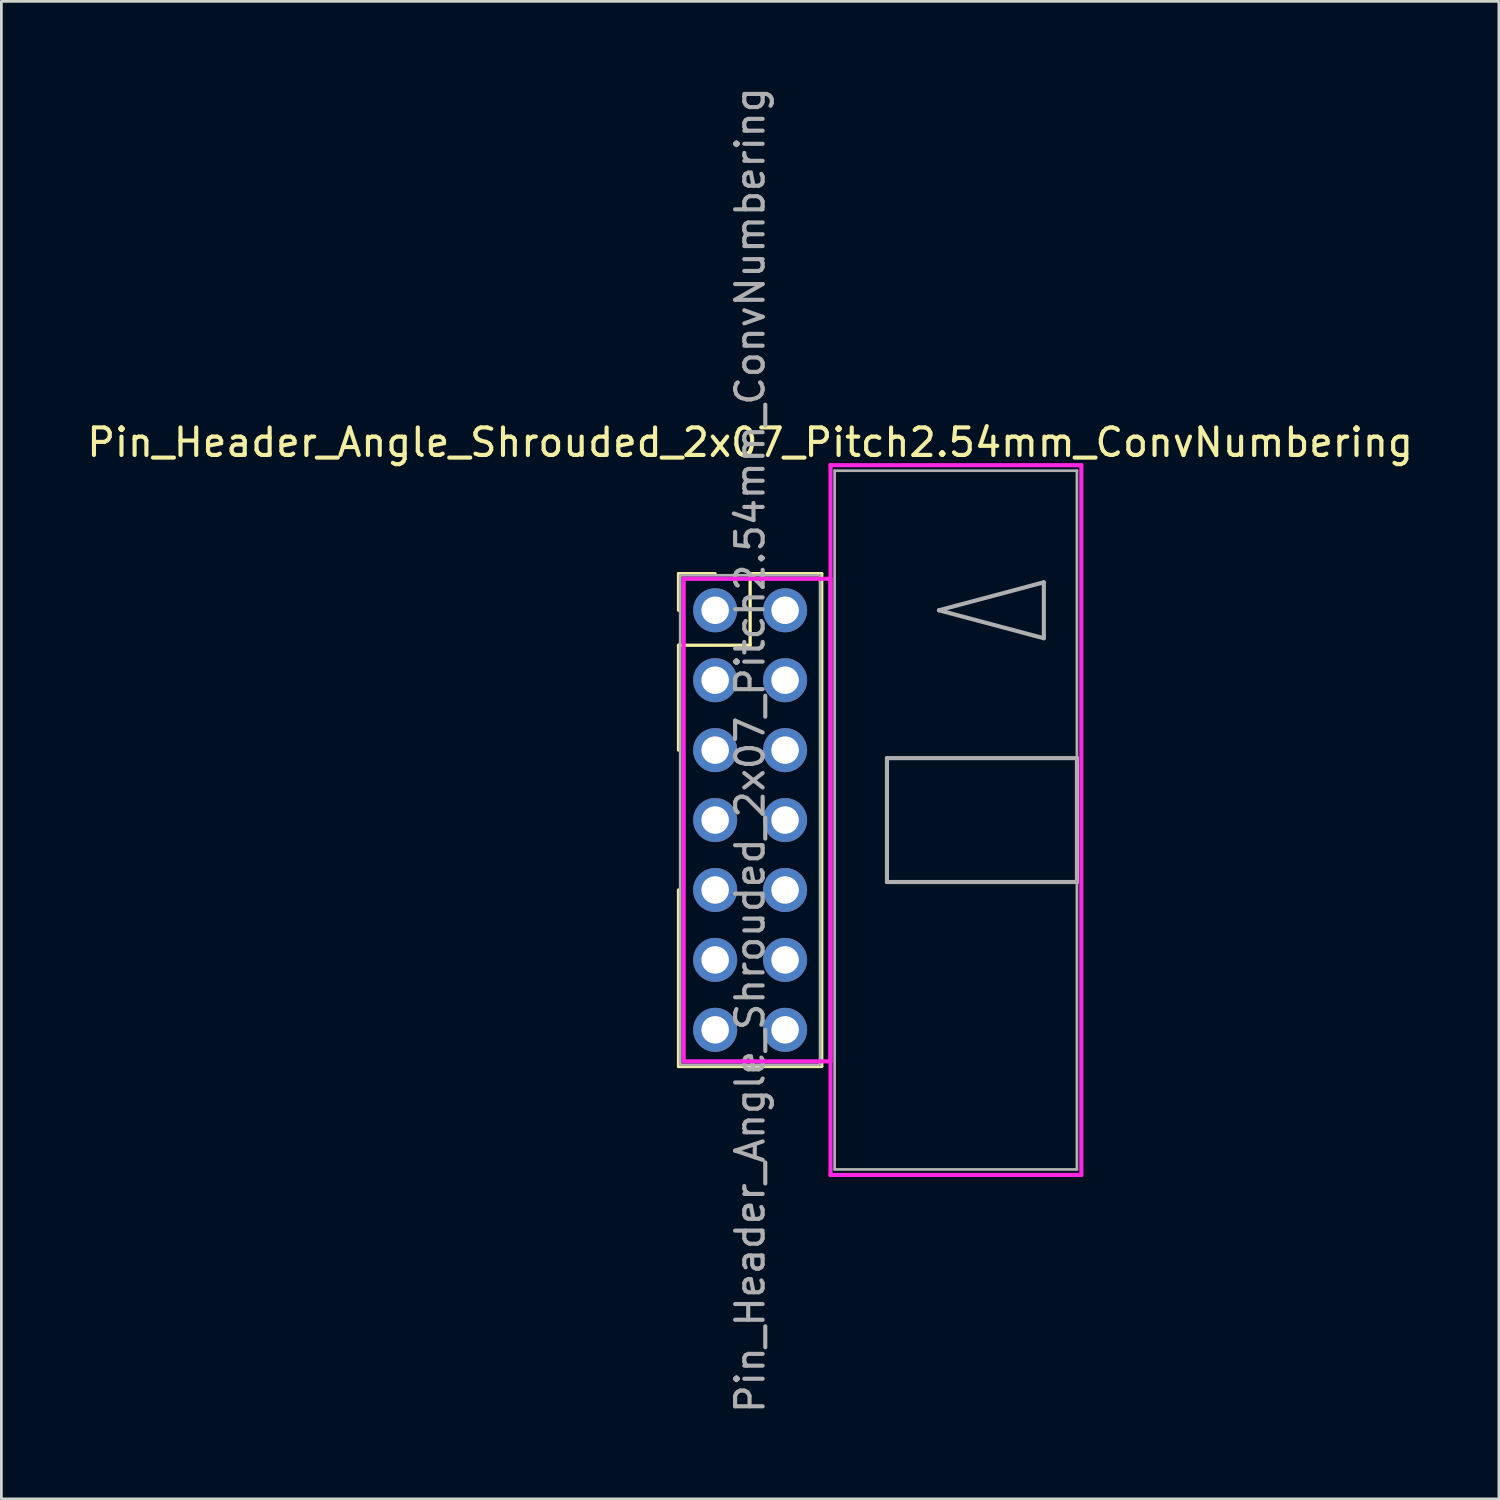
<source format=kicad_pcb>
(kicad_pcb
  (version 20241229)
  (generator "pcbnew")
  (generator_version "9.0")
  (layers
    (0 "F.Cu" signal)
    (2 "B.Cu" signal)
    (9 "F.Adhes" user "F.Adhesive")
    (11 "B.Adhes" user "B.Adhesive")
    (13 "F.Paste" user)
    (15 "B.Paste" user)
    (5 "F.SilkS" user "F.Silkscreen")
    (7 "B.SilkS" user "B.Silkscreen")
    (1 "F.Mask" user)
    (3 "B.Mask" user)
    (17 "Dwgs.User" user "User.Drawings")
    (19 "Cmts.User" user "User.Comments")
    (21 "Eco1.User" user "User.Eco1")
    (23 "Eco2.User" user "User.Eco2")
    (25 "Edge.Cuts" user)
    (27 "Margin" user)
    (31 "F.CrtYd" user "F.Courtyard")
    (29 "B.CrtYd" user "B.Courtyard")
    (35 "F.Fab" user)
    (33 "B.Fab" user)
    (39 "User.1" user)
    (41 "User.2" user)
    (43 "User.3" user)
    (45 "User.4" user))
  (footprint "Pin_Header_Angle_Shrouded_2x07_Pitch2.54mm_ConvNumbering"
    (layer "F.Cu")
    (at 22.926 19.116)
    (property "Reference" "Pin_Header_Angle_Shrouded_2x07_Pitch2.54mm_ConvNumbering" (at 1.27 -6.096 0) (layer "F.SilkS") (effects (font (size 1 1) (thickness 0.15))))
    (attr through_hole)
    (fp_line (start -1.33 -1.33) (end 0 -1.33) (stroke (width 0.12) (type solid)) (layer "F.SilkS"))
    (fp_line (start -1.33 0) (end -1.33 -1.33) (stroke (width 0.12) (type solid)) (layer "F.SilkS"))
    (fp_line (start -1.33 1.27) (end -1.33 5.08) (stroke (width 0.12) (type solid)) (layer "F.SilkS"))
    (fp_line (start -1.33 1.27) (end 1.27 1.27) (stroke (width 0.12) (type solid)) (layer "F.SilkS"))
    (fp_line (start -1.33 10.16) (end -1.33 16.57) (stroke (width 0.12) (type solid)) (layer "F.SilkS"))
    (fp_line (start -1.33 16.57) (end 3.87 16.57) (stroke (width 0.12) (type solid)) (layer "F.SilkS"))
    (fp_line (start 1.27 -1.33) (end 3.87 -1.33) (stroke (width 0.12) (type solid)) (layer "F.SilkS"))
    (fp_line (start 1.27 1.27) (end 1.27 -1.33) (stroke (width 0.12) (type solid)) (layer "F.SilkS"))
    (fp_line (start 3.87 -1.33) (end 3.87 16.57) (stroke (width 0.12) (type solid)) (layer "F.SilkS"))
    (fp_line (start -1.143 -1.143) (end -1.143 16.383) (stroke (width 0.15) (type solid)) (layer "F.CrtYd"))
    (fp_line (start -1.143 16.383) (end 4.19 16.383) (stroke (width 0.15) (type solid)) (layer "F.CrtYd"))
    (fp_line (start 4.19 -5.27) (end 4.19 20.51) (stroke (width 0.15) (type solid)) (layer "F.CrtYd"))
    (fp_line (start 4.19 -1.143) (end -1.143 -1.143) (stroke (width 0.15) (type solid)) (layer "F.CrtYd"))
    (fp_line (start 4.19 16.383) (end 4.19 -1.143) (stroke (width 0.15) (type solid)) (layer "F.CrtYd"))
    (fp_line (start 4.19 20.51) (end 13.3 20.51) (stroke (width 0.15) (type solid)) (layer "F.CrtYd"))
    (fp_line (start 13.3 -5.27) (end 4.19 -5.27) (stroke (width 0.15) (type solid)) (layer "F.CrtYd"))
    (fp_line (start 13.3 20.51) (end 13.3 -5.27) (stroke (width 0.15) (type solid)) (layer "F.CrtYd"))
    (fp_line (start -1.27 -1.27) (end -1.27 16.51) (stroke (width 0.1) (type solid)) (layer "F.Fab"))
    (fp_line (start -1.27 16.51) (end 3.81 16.51) (stroke (width 0.1) (type solid)) (layer "F.Fab"))
    (fp_line (start 3.81 -1.27) (end -1.27 -1.27) (stroke (width 0.1) (type solid)) (layer "F.Fab"))
    (fp_line (start 3.81 16.51) (end 3.81 -1.27) (stroke (width 0.1) (type solid)) (layer "F.Fab"))
    (fp_line (start 4.34 -5.07) (end 4.34 20.31) (stroke (width 0.1) (type solid)) (layer "F.Fab"))
    (fp_line (start 4.34 20.31) (end 13.14 20.31) (stroke (width 0.1) (type solid)) (layer "F.Fab"))
    (fp_line (start 6.24 5.37) (end 6.24 9.87) (stroke (width 0.15) (type solid)) (layer "F.Fab"))
    (fp_line (start 6.24 9.87) (end 13.14 9.87) (stroke (width 0.15) (type solid)) (layer "F.Fab"))
    (fp_line (start 8.128 0) (end 11.938 -1.016) (stroke (width 0.15) (type solid)) (layer "F.Fab"))
    (fp_line (start 11.938 -1.016) (end 11.938 1.016) (stroke (width 0.15) (type solid)) (layer "F.Fab"))
    (fp_line (start 11.938 1.016) (end 8.128 0) (stroke (width 0.15) (type solid)) (layer "F.Fab"))
    (fp_line (start 13.14 -5.07) (end 4.34 -5.07) (stroke (width 0.1) (type solid)) (layer "F.Fab"))
    (fp_line (start 13.14 5.37) (end 6.24 5.37) (stroke (width 0.15) (type solid)) (layer "F.Fab"))
    (fp_line (start 13.14 9.87) (end 13.14 5.37) (stroke (width 0.15) (type solid)) (layer "F.Fab"))
    (fp_line (start 13.14 20.31) (end 13.14 -5.07) (stroke (width 0.1) (type solid)) (layer "F.Fab"))
    (fp_text user "${REFERENCE}" (at 1.27 5.08 90) (layer "F.Fab") (effects (font (size 1 1) (thickness 0.15))))
    (pad "1" thru_hole oval (at 0 0) (size 1.6 1.6) (drill 1) (layers "*.Cu" "*.Mask"))
    (pad "2" thru_hole oval (at 2.54 0) (size 1.6 1.6) (drill 1) (layers "*.Cu" "*.Mask"))
    (pad "3" thru_hole oval (at 0 2.54) (size 1.6 1.6) (drill 1) (layers "*.Cu" "*.Mask"))
    (pad "4" thru_hole oval (at 2.54 2.54) (size 1.6 1.6) (drill 1) (layers "*.Cu" "*.Mask"))
    (pad "5" thru_hole oval (at 0 5.08) (size 1.6 1.6) (drill 1) (layers "*.Cu" "*.Mask"))
    (pad "6" thru_hole oval (at 2.54 5.08) (size 1.6 1.6) (drill 1) (layers "*.Cu" "*.Mask"))
    (pad "7" thru_hole oval (at 0 7.62) (size 1.6 1.6) (drill 1) (layers "*.Cu" "*.Mask"))
    (pad "8" thru_hole oval (at 2.54 7.62) (size 1.6 1.6) (drill 1) (layers "*.Cu" "*.Mask"))
    (pad "9" thru_hole oval (at 0 10.16) (size 1.6 1.6) (drill 1) (layers "*.Cu" "*.Mask"))
    (pad "10" thru_hole oval (at 2.54 10.16) (size 1.6 1.6) (drill 1) (layers "*.Cu" "*.Mask"))
    (pad "11" thru_hole oval (at 0 12.7) (size 1.6 1.6) (drill 1) (layers "*.Cu" "*.Mask"))
    (pad "12" thru_hole oval (at 2.54 12.7) (size 1.6 1.6) (drill 1) (layers "*.Cu" "*.Mask"))
    (pad "13" thru_hole oval (at 0 15.24) (size 1.6 1.6) (drill 1) (layers "*.Cu" "*.Mask"))
    (pad "14" thru_hole oval (at 2.54 15.24) (size 1.6 1.6) (drill 1) (layers "*.Cu" "*.Mask")))
  (gr_rect
    (start -3 -3)
    (end 51.393 51.393)
    (stroke (width 0.1) (type default))
    (fill no)
    (layer "Edge.Cuts")))
</source>
